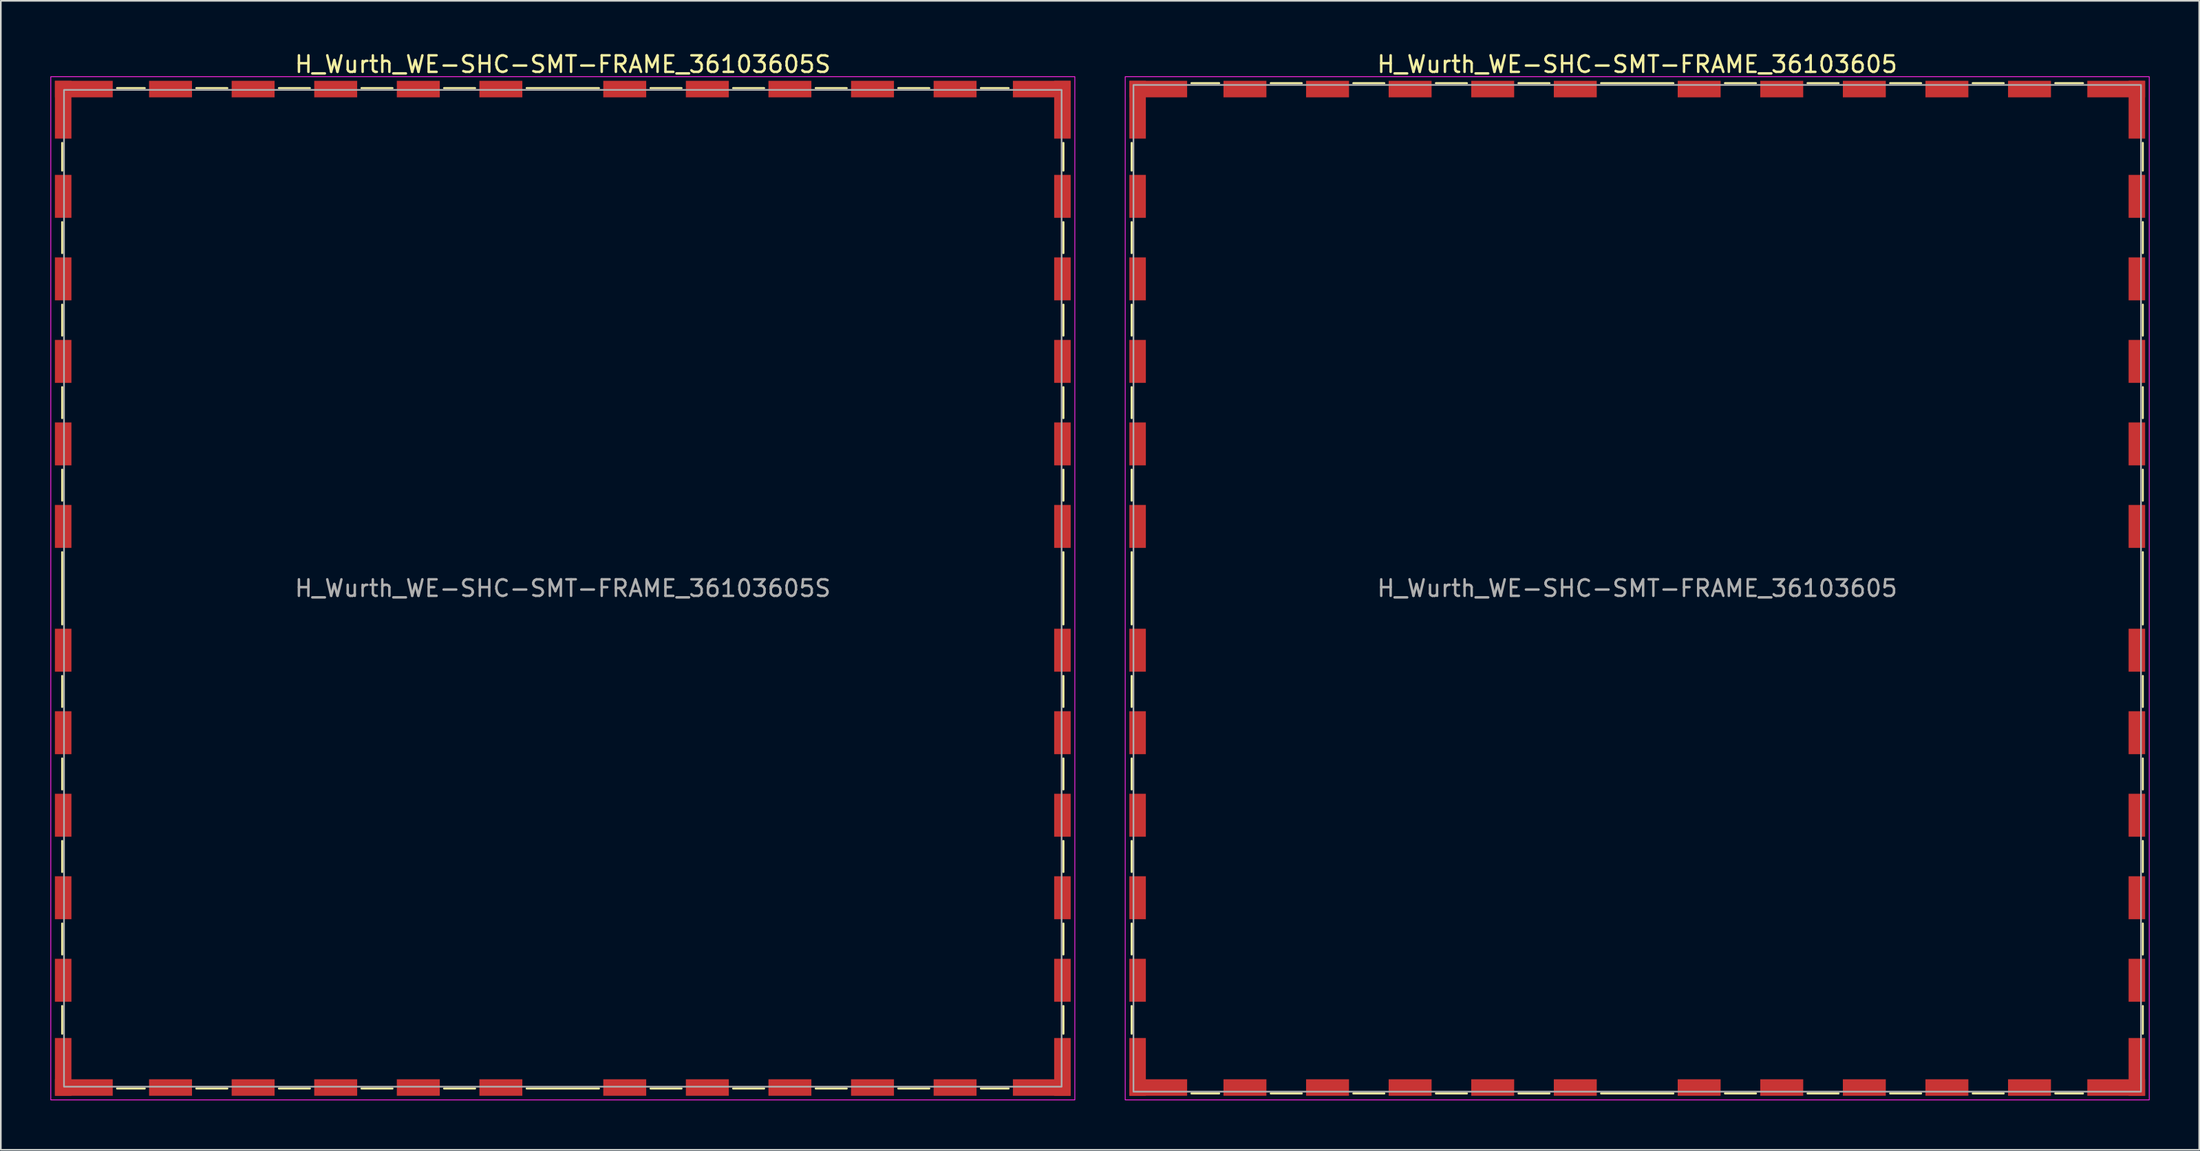
<source format=kicad_pcb>
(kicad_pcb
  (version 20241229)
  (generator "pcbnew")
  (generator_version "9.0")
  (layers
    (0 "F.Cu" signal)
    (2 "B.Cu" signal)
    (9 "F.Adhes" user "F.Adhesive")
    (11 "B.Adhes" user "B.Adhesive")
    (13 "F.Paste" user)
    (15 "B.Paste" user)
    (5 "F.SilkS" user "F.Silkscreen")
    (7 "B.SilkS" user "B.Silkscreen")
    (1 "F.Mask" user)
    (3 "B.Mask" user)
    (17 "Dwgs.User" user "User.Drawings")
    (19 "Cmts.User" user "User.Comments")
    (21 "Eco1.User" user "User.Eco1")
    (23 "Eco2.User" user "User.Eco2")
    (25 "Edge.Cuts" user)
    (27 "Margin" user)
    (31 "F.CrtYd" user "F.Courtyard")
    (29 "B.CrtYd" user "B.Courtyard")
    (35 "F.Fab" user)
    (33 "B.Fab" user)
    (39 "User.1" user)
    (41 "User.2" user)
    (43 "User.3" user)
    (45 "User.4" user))
  (footprint "H_Wurth_WE-SHC-SMT-FRAME_36103605"
    (layer "F.Cu")
    (at 96.075 32.598)
    (property "Reference" "H_Wurth_WE-SHC-SMT-FRAME_36103605" (at 0 -31.75 0) (unlocked yes) (layer "F.SilkS") (effects (font (size 1 1) (thickness 0.15))))
    (attr smd)
    (fp_line (start -30.61 -25.31) (end -30.61 -26.99) (stroke (width 0.12) (type default)) (layer "F.SilkS"))
    (fp_line (start -30.61 -20.31) (end -30.61 -22.19) (stroke (width 0.12) (type default)) (layer "F.SilkS"))
    (fp_line (start -30.61 -15.31) (end -30.61 -17.19) (stroke (width 0.12) (type default)) (layer "F.SilkS"))
    (fp_line (start -30.61 -10.31) (end -30.61 -12.19) (stroke (width 0.12) (type default)) (layer "F.SilkS"))
    (fp_line (start -30.61 -5.31) (end -30.61 -7.19) (stroke (width 0.12) (type default)) (layer "F.SilkS"))
    (fp_line (start -30.61 2.19) (end -30.61 -2.19) (stroke (width 0.12) (type default)) (layer "F.SilkS"))
    (fp_line (start -30.61 7.19) (end -30.61 5.31) (stroke (width 0.12) (type default)) (layer "F.SilkS"))
    (fp_line (start -30.61 12.19) (end -30.61 10.31) (stroke (width 0.12) (type default)) (layer "F.SilkS"))
    (fp_line (start -30.61 17.19) (end -30.61 15.31) (stroke (width 0.12) (type default)) (layer "F.SilkS"))
    (fp_line (start -30.61 22.19) (end -30.61 20.31) (stroke (width 0.12) (type default)) (layer "F.SilkS"))
    (fp_line (start -30.61 26.99) (end -30.61 25.31) (stroke (width 0.12) (type default)) (layer "F.SilkS"))
    (fp_line (start -26.99 -30.61) (end -25.31 -30.61) (stroke (width 0.12) (type default)) (layer "F.SilkS"))
    (fp_line (start -26.99 30.61) (end -25.31 30.61) (stroke (width 0.12) (type default)) (layer "F.SilkS"))
    (fp_line (start -22.19 -30.61) (end -20.31 -30.61) (stroke (width 0.12) (type default)) (layer "F.SilkS"))
    (fp_line (start -22.19 30.61) (end -20.31 30.61) (stroke (width 0.12) (type default)) (layer "F.SilkS"))
    (fp_line (start -17.19 -30.61) (end -15.31 -30.61) (stroke (width 0.12) (type default)) (layer "F.SilkS"))
    (fp_line (start -17.19 30.61) (end -15.31 30.61) (stroke (width 0.12) (type default)) (layer "F.SilkS"))
    (fp_line (start -12.19 -30.61) (end -10.31 -30.61) (stroke (width 0.12) (type default)) (layer "F.SilkS"))
    (fp_line (start -12.19 30.61) (end -10.31 30.61) (stroke (width 0.12) (type default)) (layer "F.SilkS"))
    (fp_line (start -7.19 -30.61) (end -5.31 -30.61) (stroke (width 0.12) (type default)) (layer "F.SilkS"))
    (fp_line (start -7.19 30.61) (end -5.31 30.61) (stroke (width 0.12) (type default)) (layer "F.SilkS"))
    (fp_line (start -2.19 -30.61) (end 2.19 -30.61) (stroke (width 0.12) (type default)) (layer "F.SilkS"))
    (fp_line (start -2.19 30.61) (end 2.19 30.61) (stroke (width 0.12) (type default)) (layer "F.SilkS"))
    (fp_line (start 5.31 -30.61) (end 7.19 -30.61) (stroke (width 0.12) (type default)) (layer "F.SilkS"))
    (fp_line (start 5.31 30.61) (end 7.19 30.61) (stroke (width 0.12) (type default)) (layer "F.SilkS"))
    (fp_line (start 10.31 -30.61) (end 12.19 -30.61) (stroke (width 0.12) (type default)) (layer "F.SilkS"))
    (fp_line (start 10.31 30.61) (end 12.19 30.61) (stroke (width 0.12) (type default)) (layer "F.SilkS"))
    (fp_line (start 15.31 -30.61) (end 17.19 -30.61) (stroke (width 0.12) (type default)) (layer "F.SilkS"))
    (fp_line (start 15.31 30.61) (end 17.19 30.61) (stroke (width 0.12) (type default)) (layer "F.SilkS"))
    (fp_line (start 20.31 -30.61) (end 22.19 -30.61) (stroke (width 0.12) (type default)) (layer "F.SilkS"))
    (fp_line (start 20.31 30.61) (end 22.19 30.61) (stroke (width 0.12) (type default)) (layer "F.SilkS"))
    (fp_line (start 25.31 -30.61) (end 26.99 -30.61) (stroke (width 0.12) (type default)) (layer "F.SilkS"))
    (fp_line (start 25.31 30.61) (end 26.99 30.61) (stroke (width 0.12) (type default)) (layer "F.SilkS"))
    (fp_line (start 30.61 -25.31) (end 30.61 -26.99) (stroke (width 0.12) (type default)) (layer "F.SilkS"))
    (fp_line (start 30.61 -20.31) (end 30.61 -22.19) (stroke (width 0.12) (type default)) (layer "F.SilkS"))
    (fp_line (start 30.61 -15.31) (end 30.61 -17.19) (stroke (width 0.12) (type default)) (layer "F.SilkS"))
    (fp_line (start 30.61 -10.31) (end 30.61 -12.19) (stroke (width 0.12) (type default)) (layer "F.SilkS"))
    (fp_line (start 30.61 -5.31) (end 30.61 -7.19) (stroke (width 0.12) (type default)) (layer "F.SilkS"))
    (fp_line (start 30.61 2.19) (end 30.61 -2.19) (stroke (width 0.12) (type default)) (layer "F.SilkS"))
    (fp_line (start 30.61 7.19) (end 30.61 5.31) (stroke (width 0.12) (type default)) (layer "F.SilkS"))
    (fp_line (start 30.61 12.19) (end 30.61 10.31) (stroke (width 0.12) (type default)) (layer "F.SilkS"))
    (fp_line (start 30.61 17.19) (end 30.61 15.31) (stroke (width 0.12) (type default)) (layer "F.SilkS"))
    (fp_line (start 30.61 22.19) (end 30.61 20.31) (stroke (width 0.12) (type default)) (layer "F.SilkS"))
    (fp_line (start 30.61 26.99) (end 30.61 25.31) (stroke (width 0.12) (type default)) (layer "F.SilkS"))
    (fp_rect (start -31 -31) (end 31 31) (stroke (width 0.05) (type solid)) (fill no) (layer "F.CrtYd"))
    (fp_rect (start -30.5 -30.5) (end 30.5 30.5) (stroke (width 0.1) (type solid)) (fill no) (layer "F.Fab"))
    (fp_text user "${REFERENCE}" (at 0 0 0) (unlocked yes) (layer "F.Fab") (effects (font (size 1 1) (thickness 0.15))))
    (pad "1" smd rect (at -30.25 -29 90) (size 3.5 1) (layers "F.Cu" "F.Mask" "F.Paste"))
    (pad "1" smd rect (at -29 -30.25) (size 3.5 1) (layers "F.Cu" "F.Mask" "F.Paste"))
    (pad "1" smd rect (at -23.75 -30.25) (size 2.6 1) (layers "F.Cu" "F.Mask" "F.Paste"))
    (pad "1" smd rect (at 23.75 -30.25) (size 2.6 1) (layers "F.Cu" "F.Mask" "F.Paste"))
    (pad "2" smd rect (at -30.25 -23.75 90) (size 2.6 1) (layers "F.Cu" "F.Mask" "F.Paste"))
    (pad "2" smd rect (at -18.75 -30.25) (size 2.6 1) (layers "F.Cu" "F.Mask" "F.Paste"))
    (pad "2" smd rect (at 18.75 -30.25) (size 2.6 1) (layers "F.Cu" "F.Mask" "F.Paste"))
    (pad "2" smd rect (at 29 -30.25) (size 3.5 1) (layers "F.Cu" "F.Mask" "F.Paste"))
    (pad "3" smd rect (at -30.25 -8.75 90) (size 2.6 1) (layers "F.Cu" "F.Mask" "F.Paste"))
    (pad "3" smd rect (at -29 30.25) (size 3.5 1) (layers "F.Cu" "F.Mask" "F.Paste"))
    (pad "3" smd rect (at -13.75 -30.25) (size 2.6 1) (layers "F.Cu" "F.Mask" "F.Paste"))
    (pad "3" smd rect (at 13.75 -30.25) (size 2.6 1) (layers "F.Cu" "F.Mask" "F.Paste"))
    (pad "4" smd rect (at -30.25 3.75 90) (size 2.6 1) (layers "F.Cu" "F.Mask" "F.Paste"))
    (pad "4" smd rect (at -8.75 -30.25) (size 2.6 1) (layers "F.Cu" "F.Mask" "F.Paste"))
    (pad "4" smd rect (at 8.75 -30.25) (size 2.6 1) (layers "F.Cu" "F.Mask" "F.Paste"))
    (pad "4" smd rect (at 29 30.25) (size 3.5 1) (layers "F.Cu" "F.Mask" "F.Paste"))
    (pad "5" smd rect (at -30.25 8.75 90) (size 2.6 1) (layers "F.Cu" "F.Mask" "F.Paste"))
    (pad "5" smd rect (at -3.75 -30.25) (size 2.6 1) (layers "F.Cu" "F.Mask" "F.Paste"))
    (pad "5" smd rect (at 3.75 -30.25) (size 2.6 1) (layers "F.Cu" "F.Mask" "F.Paste"))
    (pad "6" smd rect (at -30.25 13.75 90) (size 2.6 1) (layers "F.Cu" "F.Mask" "F.Paste"))
    (pad "6" smd rect (at -23.75 30.25) (size 2.6 1) (layers "F.Cu" "F.Mask" "F.Paste"))
    (pad "6" smd rect (at 23.75 30.25) (size 2.6 1) (layers "F.Cu" "F.Mask" "F.Paste"))
    (pad "7" smd rect (at -30.25 -18.75 90) (size 2.6 1) (layers "F.Cu" "F.Mask" "F.Paste"))
    (pad "7" smd rect (at -18.75 30.25) (size 2.6 1) (layers "F.Cu" "F.Mask" "F.Paste"))
    (pad "7" smd rect (at 18.75 30.25) (size 2.6 1) (layers "F.Cu" "F.Mask" "F.Paste"))
    (pad "8" smd rect (at -30.25 -3.75 90) (size 2.6 1) (layers "F.Cu" "F.Mask" "F.Paste"))
    (pad "8" smd rect (at -13.75 30.25) (size 2.6 1) (layers "F.Cu" "F.Mask" "F.Paste"))
    (pad "8" smd rect (at 13.75 30.25) (size 2.6 1) (layers "F.Cu" "F.Mask" "F.Paste"))
    (pad "9" smd rect (at -30.25 23.75 90) (size 2.6 1) (layers "F.Cu" "F.Mask" "F.Paste"))
    (pad "9" smd rect (at -8.75 30.25) (size 2.6 1) (layers "F.Cu" "F.Mask" "F.Paste"))
    (pad "9" smd rect (at 8.75 30.25) (size 2.6 1) (layers "F.Cu" "F.Mask" "F.Paste"))
    (pad "10" smd rect (at -30.25 -13.75 90) (size 2.6 1) (layers "F.Cu" "F.Mask" "F.Paste"))
    (pad "10" smd rect (at -3.75 30.25) (size 2.6 1) (layers "F.Cu" "F.Mask" "F.Paste"))
    (pad "10" smd rect (at 3.75 30.25) (size 2.6 1) (layers "F.Cu" "F.Mask" "F.Paste"))
    (pad "11" smd rect (at -30.25 18.75 90) (size 2.6 1) (layers "F.Cu" "F.Mask" "F.Paste"))
    (pad "12" smd rect (at -30.25 29 90) (size 3.5 1) (layers "F.Cu" "F.Mask" "F.Paste"))
    (pad "13" smd rect (at 30.25 -29 90) (size 3.5 1) (layers "F.Cu" "F.Mask" "F.Paste"))
    (pad "14" smd rect (at 30.25 -23.75 90) (size 2.6 1) (layers "F.Cu" "F.Mask" "F.Paste"))
    (pad "15" smd rect (at 30.25 -8.75 90) (size 2.6 1) (layers "F.Cu" "F.Mask" "F.Paste"))
    (pad "16" smd rect (at 30.25 3.75 90) (size 2.6 1) (layers "F.Cu" "F.Mask" "F.Paste"))
    (pad "17" smd rect (at 30.25 8.75 90) (size 2.6 1) (layers "F.Cu" "F.Mask" "F.Paste"))
    (pad "18" smd rect (at 30.25 13.75 90) (size 2.6 1) (layers "F.Cu" "F.Mask" "F.Paste"))
    (pad "19" smd rect (at 30.25 -18.75 90) (size 2.6 1) (layers "F.Cu" "F.Mask" "F.Paste"))
    (pad "20" smd rect (at 30.25 -3.75 90) (size 2.6 1) (layers "F.Cu" "F.Mask" "F.Paste"))
    (pad "21" smd rect (at 30.25 23.75 90) (size 2.6 1) (layers "F.Cu" "F.Mask" "F.Paste"))
    (pad "22" smd rect (at 30.25 -13.75 90) (size 2.6 1) (layers "F.Cu" "F.Mask" "F.Paste"))
    (pad "23" smd rect (at 30.25 18.75 90) (size 2.6 1) (layers "F.Cu" "F.Mask" "F.Paste"))
    (pad "24" smd rect (at 30.25 29 90) (size 3.5 1) (layers "F.Cu" "F.Mask" "F.Paste")))
  (footprint "H_Wurth_WE-SHC-SMT-FRAME_36103605S"
    (layer "F.Cu")
    (at 31.025 32.598)
    (property "Reference" "H_Wurth_WE-SHC-SMT-FRAME_36103605S" (at 0 -31.75 0) (unlocked yes) (layer "F.SilkS") (effects (font (size 1 1) (thickness 0.15))))
    (attr smd)
    (fp_line (start -30.31 -25.31) (end -30.31 -26.99) (stroke (width 0.12) (type default)) (layer "F.SilkS"))
    (fp_line (start -30.31 -20.31) (end -30.31 -22.19) (stroke (width 0.12) (type default)) (layer "F.SilkS"))
    (fp_line (start -30.31 -15.31) (end -30.31 -17.19) (stroke (width 0.12) (type default)) (layer "F.SilkS"))
    (fp_line (start -30.31 -10.31) (end -30.31 -12.19) (stroke (width 0.12) (type default)) (layer "F.SilkS"))
    (fp_line (start -30.31 -5.31) (end -30.31 -7.19) (stroke (width 0.12) (type default)) (layer "F.SilkS"))
    (fp_line (start -30.31 2.19) (end -30.31 -2.19) (stroke (width 0.12) (type default)) (layer "F.SilkS"))
    (fp_line (start -30.31 7.19) (end -30.31 5.31) (stroke (width 0.12) (type default)) (layer "F.SilkS"))
    (fp_line (start -30.31 12.19) (end -30.31 10.31) (stroke (width 0.12) (type default)) (layer "F.SilkS"))
    (fp_line (start -30.31 17.19) (end -30.31 15.31) (stroke (width 0.12) (type default)) (layer "F.SilkS"))
    (fp_line (start -30.31 22.19) (end -30.31 20.31) (stroke (width 0.12) (type default)) (layer "F.SilkS"))
    (fp_line (start -30.31 26.99) (end -30.31 25.31) (stroke (width 0.12) (type default)) (layer "F.SilkS"))
    (fp_line (start -26.99 -30.31) (end -25.31 -30.31) (stroke (width 0.12) (type default)) (layer "F.SilkS"))
    (fp_line (start -26.99 30.31) (end -25.31 30.31) (stroke (width 0.12) (type default)) (layer "F.SilkS"))
    (fp_line (start -22.19 -30.31) (end -20.31 -30.31) (stroke (width 0.12) (type default)) (layer "F.SilkS"))
    (fp_line (start -22.19 30.31) (end -20.31 30.31) (stroke (width 0.12) (type default)) (layer "F.SilkS"))
    (fp_line (start -17.19 -30.31) (end -15.31 -30.31) (stroke (width 0.12) (type default)) (layer "F.SilkS"))
    (fp_line (start -17.19 30.31) (end -15.31 30.31) (stroke (width 0.12) (type default)) (layer "F.SilkS"))
    (fp_line (start -12.19 -30.31) (end -10.31 -30.31) (stroke (width 0.12) (type default)) (layer "F.SilkS"))
    (fp_line (start -12.19 30.31) (end -10.31 30.31) (stroke (width 0.12) (type default)) (layer "F.SilkS"))
    (fp_line (start -7.19 -30.31) (end -5.31 -30.31) (stroke (width 0.12) (type default)) (layer "F.SilkS"))
    (fp_line (start -7.19 30.31) (end -5.31 30.31) (stroke (width 0.12) (type default)) (layer "F.SilkS"))
    (fp_line (start -2.19 -30.31) (end 2.19 -30.31) (stroke (width 0.12) (type default)) (layer "F.SilkS"))
    (fp_line (start -2.19 30.31) (end 2.19 30.31) (stroke (width 0.12) (type default)) (layer "F.SilkS"))
    (fp_line (start 5.31 -30.31) (end 7.19 -30.31) (stroke (width 0.12) (type default)) (layer "F.SilkS"))
    (fp_line (start 5.31 30.31) (end 7.19 30.31) (stroke (width 0.12) (type default)) (layer "F.SilkS"))
    (fp_line (start 10.31 -30.31) (end 12.19 -30.31) (stroke (width 0.12) (type default)) (layer "F.SilkS"))
    (fp_line (start 10.31 30.31) (end 12.19 30.31) (stroke (width 0.12) (type default)) (layer "F.SilkS"))
    (fp_line (start 15.31 -30.31) (end 17.19 -30.31) (stroke (width 0.12) (type default)) (layer "F.SilkS"))
    (fp_line (start 15.31 30.31) (end 17.19 30.31) (stroke (width 0.12) (type default)) (layer "F.SilkS"))
    (fp_line (start 20.31 -30.31) (end 22.19 -30.31) (stroke (width 0.12) (type default)) (layer "F.SilkS"))
    (fp_line (start 20.31 30.31) (end 22.19 30.31) (stroke (width 0.12) (type default)) (layer "F.SilkS"))
    (fp_line (start 25.31 -30.31) (end 26.99 -30.31) (stroke (width 0.12) (type default)) (layer "F.SilkS"))
    (fp_line (start 25.31 30.31) (end 26.99 30.31) (stroke (width 0.12) (type default)) (layer "F.SilkS"))
    (fp_line (start 30.31 -25.31) (end 30.31 -26.99) (stroke (width 0.12) (type default)) (layer "F.SilkS"))
    (fp_line (start 30.31 -20.31) (end 30.31 -22.19) (stroke (width 0.12) (type default)) (layer "F.SilkS"))
    (fp_line (start 30.31 -15.31) (end 30.31 -17.19) (stroke (width 0.12) (type default)) (layer "F.SilkS"))
    (fp_line (start 30.31 -10.31) (end 30.31 -12.19) (stroke (width 0.12) (type default)) (layer "F.SilkS"))
    (fp_line (start 30.31 -5.31) (end 30.31 -7.19) (stroke (width 0.12) (type default)) (layer "F.SilkS"))
    (fp_line (start 30.31 2.19) (end 30.31 -2.19) (stroke (width 0.12) (type default)) (layer "F.SilkS"))
    (fp_line (start 30.31 7.19) (end 30.31 5.31) (stroke (width 0.12) (type default)) (layer "F.SilkS"))
    (fp_line (start 30.31 12.19) (end 30.31 10.31) (stroke (width 0.12) (type default)) (layer "F.SilkS"))
    (fp_line (start 30.31 17.19) (end 30.31 15.31) (stroke (width 0.12) (type default)) (layer "F.SilkS"))
    (fp_line (start 30.31 22.19) (end 30.31 20.31) (stroke (width 0.12) (type default)) (layer "F.SilkS"))
    (fp_line (start 30.31 26.99) (end 30.31 25.31) (stroke (width 0.12) (type default)) (layer "F.SilkS"))
    (fp_rect (start -31 -31) (end 31 31) (stroke (width 0.05) (type solid)) (fill no) (layer "F.CrtYd"))
    (fp_rect (start -30.2 -30.2) (end 30.2 30.2) (stroke (width 0.1) (type solid)) (fill no) (layer "F.Fab"))
    (fp_text user "${REFERENCE}" (at 0 0 0) (unlocked yes) (layer "F.Fab") (effects (font (size 1 1) (thickness 0.15))))
    (pad "1" smd rect (at -30.25 -29 90) (size 3.5 1) (layers "F.Cu" "F.Mask" "F.Paste"))
    (pad "1" smd rect (at -29 -30.25) (size 3.5 1) (layers "F.Cu" "F.Mask" "F.Paste"))
    (pad "1" smd rect (at -23.75 -30.25) (size 2.6 1) (layers "F.Cu" "F.Mask" "F.Paste"))
    (pad "1" smd rect (at 23.75 -30.25) (size 2.6 1) (layers "F.Cu" "F.Mask" "F.Paste"))
    (pad "2" smd rect (at -30.25 -23.75 90) (size 2.6 1) (layers "F.Cu" "F.Mask" "F.Paste"))
    (pad "2" smd rect (at -18.75 -30.25) (size 2.6 1) (layers "F.Cu" "F.Mask" "F.Paste"))
    (pad "2" smd rect (at 18.75 -30.25) (size 2.6 1) (layers "F.Cu" "F.Mask" "F.Paste"))
    (pad "2" smd rect (at 29 -30.25) (size 3.5 1) (layers "F.Cu" "F.Mask" "F.Paste"))
    (pad "3" smd rect (at -30.25 -8.75 90) (size 2.6 1) (layers "F.Cu" "F.Mask" "F.Paste"))
    (pad "3" smd rect (at -29 30.25) (size 3.5 1) (layers "F.Cu" "F.Mask" "F.Paste"))
    (pad "3" smd rect (at -13.75 -30.25) (size 2.6 1) (layers "F.Cu" "F.Mask" "F.Paste"))
    (pad "3" smd rect (at 13.75 -30.25) (size 2.6 1) (layers "F.Cu" "F.Mask" "F.Paste"))
    (pad "4" smd rect (at -30.25 3.75 90) (size 2.6 1) (layers "F.Cu" "F.Mask" "F.Paste"))
    (pad "4" smd rect (at -8.75 -30.25) (size 2.6 1) (layers "F.Cu" "F.Mask" "F.Paste"))
    (pad "4" smd rect (at 8.75 -30.25) (size 2.6 1) (layers "F.Cu" "F.Mask" "F.Paste"))
    (pad "4" smd rect (at 29 30.25) (size 3.5 1) (layers "F.Cu" "F.Mask" "F.Paste"))
    (pad "5" smd rect (at -30.25 8.75 90) (size 2.6 1) (layers "F.Cu" "F.Mask" "F.Paste"))
    (pad "5" smd rect (at -3.75 -30.25) (size 2.6 1) (layers "F.Cu" "F.Mask" "F.Paste"))
    (pad "5" smd rect (at 3.75 -30.25) (size 2.6 1) (layers "F.Cu" "F.Mask" "F.Paste"))
    (pad "6" smd rect (at -30.25 13.75 90) (size 2.6 1) (layers "F.Cu" "F.Mask" "F.Paste"))
    (pad "6" smd rect (at -23.75 30.25) (size 2.6 1) (layers "F.Cu" "F.Mask" "F.Paste"))
    (pad "6" smd rect (at 23.75 30.25) (size 2.6 1) (layers "F.Cu" "F.Mask" "F.Paste"))
    (pad "7" smd rect (at -30.25 -18.75 90) (size 2.6 1) (layers "F.Cu" "F.Mask" "F.Paste"))
    (pad "7" smd rect (at -18.75 30.25) (size 2.6 1) (layers "F.Cu" "F.Mask" "F.Paste"))
    (pad "7" smd rect (at 18.75 30.25) (size 2.6 1) (layers "F.Cu" "F.Mask" "F.Paste"))
    (pad "8" smd rect (at -30.25 -3.75 90) (size 2.6 1) (layers "F.Cu" "F.Mask" "F.Paste"))
    (pad "8" smd rect (at -13.75 30.25) (size 2.6 1) (layers "F.Cu" "F.Mask" "F.Paste"))
    (pad "8" smd rect (at 13.75 30.25) (size 2.6 1) (layers "F.Cu" "F.Mask" "F.Paste"))
    (pad "9" smd rect (at -30.25 23.75 90) (size 2.6 1) (layers "F.Cu" "F.Mask" "F.Paste"))
    (pad "9" smd rect (at -8.75 30.25) (size 2.6 1) (layers "F.Cu" "F.Mask" "F.Paste"))
    (pad "9" smd rect (at 8.75 30.25) (size 2.6 1) (layers "F.Cu" "F.Mask" "F.Paste"))
    (pad "10" smd rect (at -30.25 -13.75 90) (size 2.6 1) (layers "F.Cu" "F.Mask" "F.Paste"))
    (pad "10" smd rect (at -3.75 30.25) (size 2.6 1) (layers "F.Cu" "F.Mask" "F.Paste"))
    (pad "10" smd rect (at 3.75 30.25) (size 2.6 1) (layers "F.Cu" "F.Mask" "F.Paste"))
    (pad "11" smd rect (at -30.25 18.75 90) (size 2.6 1) (layers "F.Cu" "F.Mask" "F.Paste"))
    (pad "12" smd rect (at -30.25 29 90) (size 3.5 1) (layers "F.Cu" "F.Mask" "F.Paste"))
    (pad "13" smd rect (at 30.25 -29 90) (size 3.5 1) (layers "F.Cu" "F.Mask" "F.Paste"))
    (pad "14" smd rect (at 30.25 -23.75 90) (size 2.6 1) (layers "F.Cu" "F.Mask" "F.Paste"))
    (pad "15" smd rect (at 30.25 -8.75 90) (size 2.6 1) (layers "F.Cu" "F.Mask" "F.Paste"))
    (pad "16" smd rect (at 30.25 3.75 90) (size 2.6 1) (layers "F.Cu" "F.Mask" "F.Paste"))
    (pad "17" smd rect (at 30.25 8.75 90) (size 2.6 1) (layers "F.Cu" "F.Mask" "F.Paste"))
    (pad "18" smd rect (at 30.25 13.75 90) (size 2.6 1) (layers "F.Cu" "F.Mask" "F.Paste"))
    (pad "19" smd rect (at 30.25 -18.75 90) (size 2.6 1) (layers "F.Cu" "F.Mask" "F.Paste"))
    (pad "20" smd rect (at 30.25 -3.75 90) (size 2.6 1) (layers "F.Cu" "F.Mask" "F.Paste"))
    (pad "21" smd rect (at 30.25 23.75 90) (size 2.6 1) (layers "F.Cu" "F.Mask" "F.Paste"))
    (pad "22" smd rect (at 30.25 -13.75 90) (size 2.6 1) (layers "F.Cu" "F.Mask" "F.Paste"))
    (pad "23" smd rect (at 30.25 18.75 90) (size 2.6 1) (layers "F.Cu" "F.Mask" "F.Paste"))
    (pad "24" smd rect (at 30.25 29 90) (size 3.5 1) (layers "F.Cu" "F.Mask" "F.Paste")))
  (gr_rect
    (start -3 -3)
    (end 130.1 66.623)
    (stroke (width 0.1) (type default))
    (fill no)
    (layer "Edge.Cuts")))
</source>
